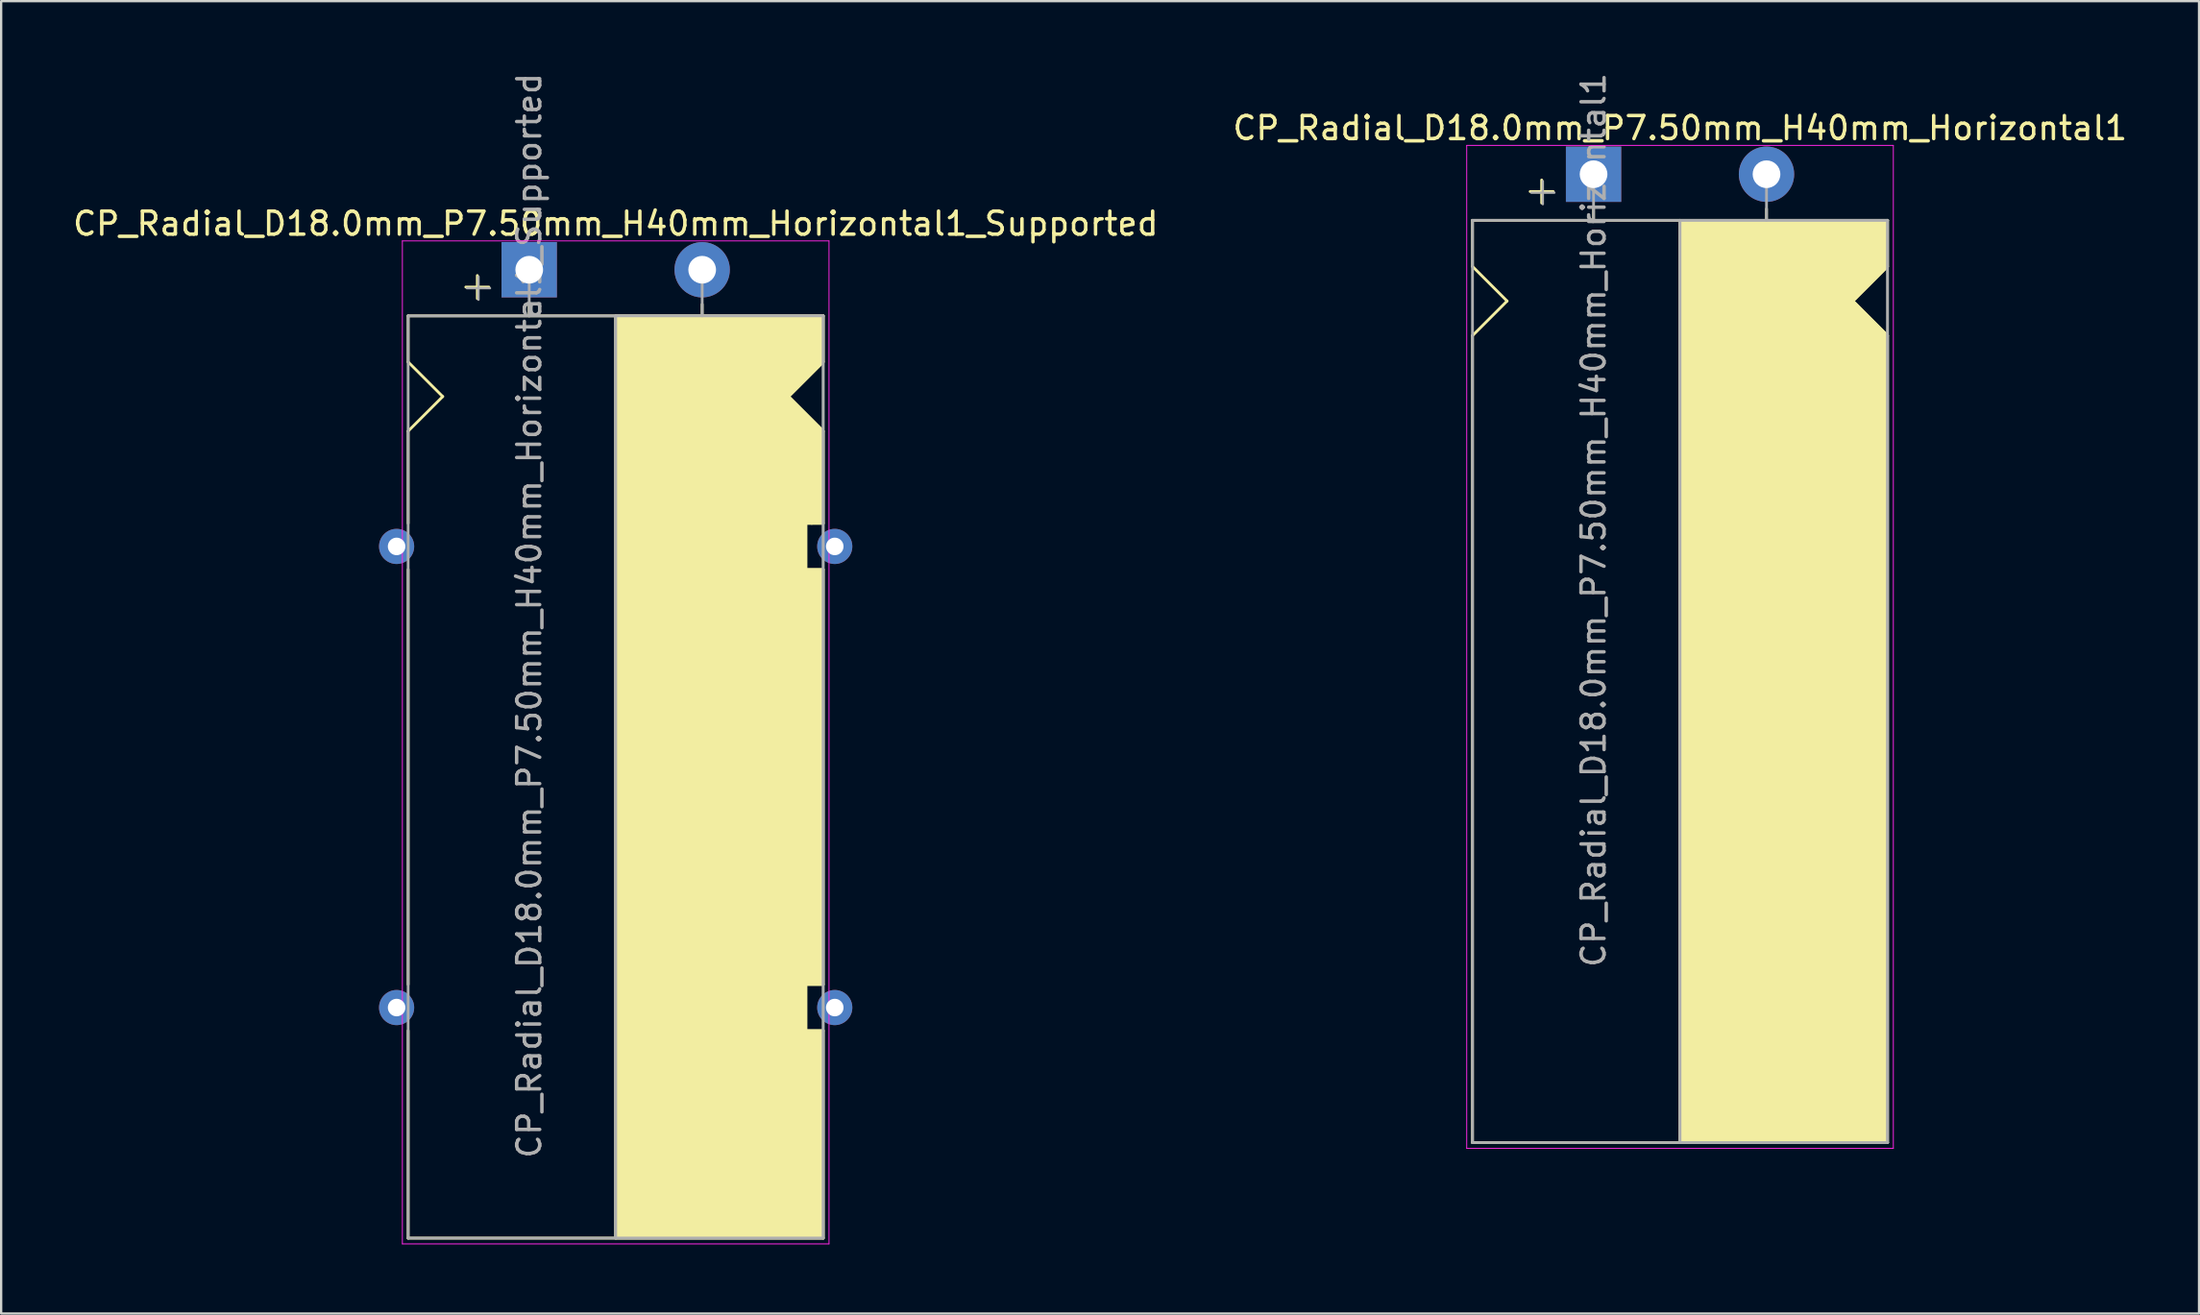
<source format=kicad_pcb>
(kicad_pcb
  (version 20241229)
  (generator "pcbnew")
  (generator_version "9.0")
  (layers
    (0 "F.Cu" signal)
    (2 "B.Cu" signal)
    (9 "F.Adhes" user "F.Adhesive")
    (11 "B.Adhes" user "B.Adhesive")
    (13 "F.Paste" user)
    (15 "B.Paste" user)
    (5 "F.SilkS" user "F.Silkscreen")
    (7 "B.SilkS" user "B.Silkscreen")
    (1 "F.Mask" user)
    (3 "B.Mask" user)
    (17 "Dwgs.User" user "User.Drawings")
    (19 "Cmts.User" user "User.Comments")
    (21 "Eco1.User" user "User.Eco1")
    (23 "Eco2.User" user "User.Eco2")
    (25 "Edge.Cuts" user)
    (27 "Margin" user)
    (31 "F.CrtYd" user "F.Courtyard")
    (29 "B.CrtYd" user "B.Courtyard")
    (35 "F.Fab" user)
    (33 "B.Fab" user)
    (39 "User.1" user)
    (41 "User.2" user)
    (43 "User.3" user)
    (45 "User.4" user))
  (footprint "CP_Radial_D18.0mm_P7.50mm_H40mm_Horizontal1_Supported"
    (layer "F.Cu")
    (at 19.899 8.649)
    (property "Reference" "CP_Radial_D18.0mm_P7.50mm_H40mm_Horizontal1_Supported" (at 3.75 -2 0) (layer "F.SilkS") (effects (font (size 1 1) (thickness 0.15))))
    (attr through_hole)
    (fp_line (start -5.25 2) (end -5.25 4) (stroke (width 0.12) (type solid)) (layer "F.SilkS"))
    (fp_line (start -5.25 2) (end 12.75 2) (stroke (width 0.12) (type solid)) (layer "F.SilkS"))
    (fp_line (start -5.25 4) (end -3.75 5.5) (stroke (width 0.12) (type solid)) (layer "F.SilkS"))
    (fp_line (start -5.25 7) (end -3.75 5.5) (stroke (width 0.12) (type solid)) (layer "F.SilkS"))
    (fp_line (start -5.25 11) (end -5.25 7) (stroke (width 0.12) (type solid)) (layer "F.SilkS"))
    (fp_line (start -5.25 13) (end -5.25 31) (stroke (width 0.12) (type solid)) (layer "F.SilkS"))
    (fp_line (start -5.25 33) (end -5.25 42) (stroke (width 0.12) (type solid)) (layer "F.SilkS"))
    (fp_line (start -5.25 42) (end 12.75 42) (stroke (width 0.12) (type solid)) (layer "F.SilkS"))
    (fp_line (start -2.25 0.25) (end -2.25 1.25) (stroke (width 0.12) (type solid)) (layer "F.SilkS"))
    (fp_line (start -1.75 0.75) (end -2.75 0.75) (stroke (width 0.12) (type solid)) (layer "F.SilkS"))
    (fp_line (start 0 1.5) (end 0 2) (stroke (width 0.12) (type solid)) (layer "F.SilkS"))
    (fp_line (start 3.75 2) (end 3.75 42) (stroke (width 0.12) (type solid)) (layer "F.SilkS"))
    (fp_line (start 7.5 1.5) (end 7.5 2) (stroke (width 0.12) (type solid)) (layer "F.SilkS"))
    (fp_line (start 12 11) (end 12 13) (stroke (width 0.12) (type solid)) (layer "F.SilkS"))
    (fp_line (start 12 13) (end 12.75 13) (stroke (width 0.12) (type solid)) (layer "F.SilkS"))
    (fp_line (start 12 31) (end 12 33) (stroke (width 0.12) (type solid)) (layer "F.SilkS"))
    (fp_line (start 12 33) (end 12.75 33) (stroke (width 0.12) (type solid)) (layer "F.SilkS"))
    (fp_line (start 12.25 11) (end 12 11) (stroke (width 0.12) (type solid)) (layer "F.SilkS"))
    (fp_line (start 12.75 2) (end 12.75 4) (stroke (width 0.12) (type solid)) (layer "F.SilkS"))
    (fp_line (start 12.75 4) (end 11.25 5.5) (stroke (width 0.12) (type solid)) (layer "F.SilkS"))
    (fp_line (start 12.75 7) (end 11.25 5.5) (stroke (width 0.12) (type solid)) (layer "F.SilkS"))
    (fp_line (start 12.75 11) (end 12.25 11) (stroke (width 0.12) (type solid)) (layer "F.SilkS"))
    (fp_line (start 12.75 11) (end 12.75 7) (stroke (width 0.12) (type solid)) (layer "F.SilkS"))
    (fp_line (start 12.75 13) (end 12.75 31) (stroke (width 0.12) (type solid)) (layer "F.SilkS"))
    (fp_line (start 12.75 31) (end 12 31) (stroke (width 0.12) (type solid)) (layer "F.SilkS"))
    (fp_line (start 12.75 33) (end 12.75 42) (stroke (width 0.12) (type solid)) (layer "F.SilkS"))
    (fp_poly (pts (xy 12.75 4) (xy 11.25 5.5) (xy 12.75 7) (xy 12.75 11) (xy 12 11) (xy 12 13) (xy 12.75 13) (xy 12.75 31) (xy 12 31) (xy 12 33) (xy 12.75 33) (xy 12.75 42) (xy 3.75 42) (xy 3.75 2) (xy 12.75 2)) (stroke (width 0.1) (type solid)) (fill yes) (layer "F.SilkS"))
    (fp_line (start -5.5 -1.25) (end -5.5 42.25) (stroke (width 0.04) (type solid)) (layer "F.CrtYd"))
    (fp_line (start -5.5 42.25) (end 13 42.25) (stroke (width 0.04) (type solid)) (layer "F.CrtYd"))
    (fp_line (start 13 -1.25) (end -5.5 -1.25) (stroke (width 0.04) (type solid)) (layer "F.CrtYd"))
    (fp_line (start 13 42.25) (end 13 -1.25) (stroke (width 0.04) (type solid)) (layer "F.CrtYd"))
    (fp_line (start -5.25 2) (end -5.25 42) (stroke (width 0.12) (type solid)) (layer "F.Fab"))
    (fp_line (start -5.25 42) (end 12.75 42) (stroke (width 0.12) (type solid)) (layer "F.Fab"))
    (fp_line (start -2.7 0.8) (end -1.7 0.8) (stroke (width 0.1) (type solid)) (layer "F.Fab"))
    (fp_line (start -2.2 1.3) (end -2.2 0.3) (stroke (width 0.1) (type solid)) (layer "F.Fab"))
    (fp_line (start 0 0) (end 0 2) (stroke (width 0.12) (type solid)) (layer "F.Fab"))
    (fp_line (start 3.75 2) (end 3.75 42) (stroke (width 0.12) (type solid)) (layer "F.Fab"))
    (fp_line (start 7.5 0) (end 7.5 2) (stroke (width 0.12) (type solid)) (layer "F.Fab"))
    (fp_line (start 12.75 2) (end -5.25 2) (stroke (width 0.12) (type solid)) (layer "F.Fab"))
    (fp_line (start 12.75 42) (end 12.75 2) (stroke (width 0.12) (type solid)) (layer "F.Fab"))
    (fp_poly (pts (xy 12.75 42) (xy 3.75 42) (xy 3.75 2) (xy 12.75 2)) (stroke (width 0.1) (type solid)) (fill no) (layer "F.Fab"))
    (fp_text user "${REFERENCE}" (at 0 15 90) (layer "F.Fab") (effects (font (size 1 1) (thickness 0.15))))
    (pad "" thru_hole circle (at -5.75 12) (size 1.524 1.524) (drill 0.762) (layers "*.Cu" "*.Mask"))
    (pad "" thru_hole circle (at -5.75 32) (size 1.524 1.524) (drill 0.762) (layers "*.Cu" "*.Mask"))
    (pad "" thru_hole circle (at 13.25 12) (size 1.524 1.524) (drill 0.762) (layers "*.Cu" "*.Mask"))
    (pad "" thru_hole circle (at 13.25 32) (size 1.524 1.524) (drill 0.762) (layers "*.Cu" "*.Mask"))
    (pad "1" thru_hole rect (at 0 0) (size 2.4 2.4) (drill 1.2) (layers "*.Cu" "*.Mask"))
    (pad "2" thru_hole circle (at 7.5 0) (size 2.4 2.4) (drill 1.2) (layers "*.Cu" "*.Mask")))
  (footprint "CP_Radial_D18.0mm_P7.50mm_H40mm_Horizontal1"
    (layer "F.Cu")
    (at 66.054 4.506)
    (property "Reference" "CP_Radial_D18.0mm_P7.50mm_H40mm_Horizontal1" (at 3.75 -2 0) (layer "F.SilkS") (effects (font (size 1 1) (thickness 0.15))))
    (attr through_hole)
    (fp_line (start -5.25 2) (end -5.25 4) (stroke (width 0.12) (type solid)) (layer "F.SilkS"))
    (fp_line (start -5.25 2) (end 12.75 2) (stroke (width 0.12) (type solid)) (layer "F.SilkS"))
    (fp_line (start -5.25 4) (end -3.75 5.5) (stroke (width 0.12) (type solid)) (layer "F.SilkS"))
    (fp_line (start -5.25 7) (end -5.25 42) (stroke (width 0.12) (type solid)) (layer "F.SilkS"))
    (fp_line (start -5.25 7) (end -3.75 5.5) (stroke (width 0.12) (type solid)) (layer "F.SilkS"))
    (fp_line (start -5.25 42) (end 12.75 42) (stroke (width 0.12) (type solid)) (layer "F.SilkS"))
    (fp_line (start -2.25 0.25) (end -2.25 1.25) (stroke (width 0.12) (type solid)) (layer "F.SilkS"))
    (fp_line (start -1.75 0.75) (end -2.75 0.75) (stroke (width 0.12) (type solid)) (layer "F.SilkS"))
    (fp_line (start 0 1.5) (end 0 2) (stroke (width 0.12) (type solid)) (layer "F.SilkS"))
    (fp_line (start 3.75 2) (end 3.75 42) (stroke (width 0.12) (type solid)) (layer "F.SilkS"))
    (fp_line (start 7.5 1.5) (end 7.5 2) (stroke (width 0.12) (type solid)) (layer "F.SilkS"))
    (fp_line (start 12.75 2) (end 12.75 4) (stroke (width 0.12) (type solid)) (layer "F.SilkS"))
    (fp_line (start 12.75 4) (end 11.25 5.5) (stroke (width 0.12) (type solid)) (layer "F.SilkS"))
    (fp_line (start 12.75 7) (end 11.25 5.5) (stroke (width 0.12) (type solid)) (layer "F.SilkS"))
    (fp_line (start 12.75 42) (end 12.75 7) (stroke (width 0.12) (type solid)) (layer "F.SilkS"))
    (fp_poly (pts (xy 12.75 4) (xy 11.25 5.5) (xy 12.75 7) (xy 12.75 42) (xy 3.75 42) (xy 3.75 2) (xy 12.75 2)) (stroke (width 0.1) (type solid)) (fill yes) (layer "F.SilkS"))
    (fp_line (start -5.5 -1.25) (end -5.5 42.25) (stroke (width 0.04) (type solid)) (layer "F.CrtYd"))
    (fp_line (start -5.5 42.25) (end 13 42.25) (stroke (width 0.04) (type solid)) (layer "F.CrtYd"))
    (fp_line (start 13 -1.25) (end -5.5 -1.25) (stroke (width 0.04) (type solid)) (layer "F.CrtYd"))
    (fp_line (start 13 42.25) (end 13 -1.25) (stroke (width 0.04) (type solid)) (layer "F.CrtYd"))
    (fp_line (start -5.25 2) (end -5.25 42) (stroke (width 0.12) (type solid)) (layer "F.Fab"))
    (fp_line (start -5.25 42) (end 12.75 42) (stroke (width 0.12) (type solid)) (layer "F.Fab"))
    (fp_line (start -2.7 0.8) (end -1.7 0.8) (stroke (width 0.1) (type solid)) (layer "F.Fab"))
    (fp_line (start -2.2 1.3) (end -2.2 0.3) (stroke (width 0.1) (type solid)) (layer "F.Fab"))
    (fp_line (start 0 0) (end 0 2) (stroke (width 0.12) (type solid)) (layer "F.Fab"))
    (fp_line (start 3.75 2) (end 3.75 42) (stroke (width 0.12) (type solid)) (layer "F.Fab"))
    (fp_line (start 7.5 0) (end 7.5 2) (stroke (width 0.12) (type solid)) (layer "F.Fab"))
    (fp_line (start 12.75 2) (end -5.25 2) (stroke (width 0.12) (type solid)) (layer "F.Fab"))
    (fp_line (start 12.75 42) (end 12.75 2) (stroke (width 0.12) (type solid)) (layer "F.Fab"))
    (fp_poly (pts (xy 12.75 42) (xy 3.75 42) (xy 3.75 2) (xy 12.75 2)) (stroke (width 0.1) (type solid)) (fill no) (layer "F.Fab"))
    (fp_text user "${REFERENCE}" (at 0 15 90) (layer "F.Fab") (effects (font (size 1 1) (thickness 0.15))))
    (pad "1" thru_hole rect (at 0 0) (size 2.4 2.4) (drill 1.2) (layers "*.Cu" "*.Mask"))
    (pad "2" thru_hole circle (at 7.5 0) (size 2.4 2.4) (drill 1.2) (layers "*.Cu" "*.Mask")))
  (gr_rect
    (start -3 -3)
    (end 92.31 53.919)
    (stroke (width 0.1) (type default))
    (fill no)
    (layer "Edge.Cuts")))
</source>
